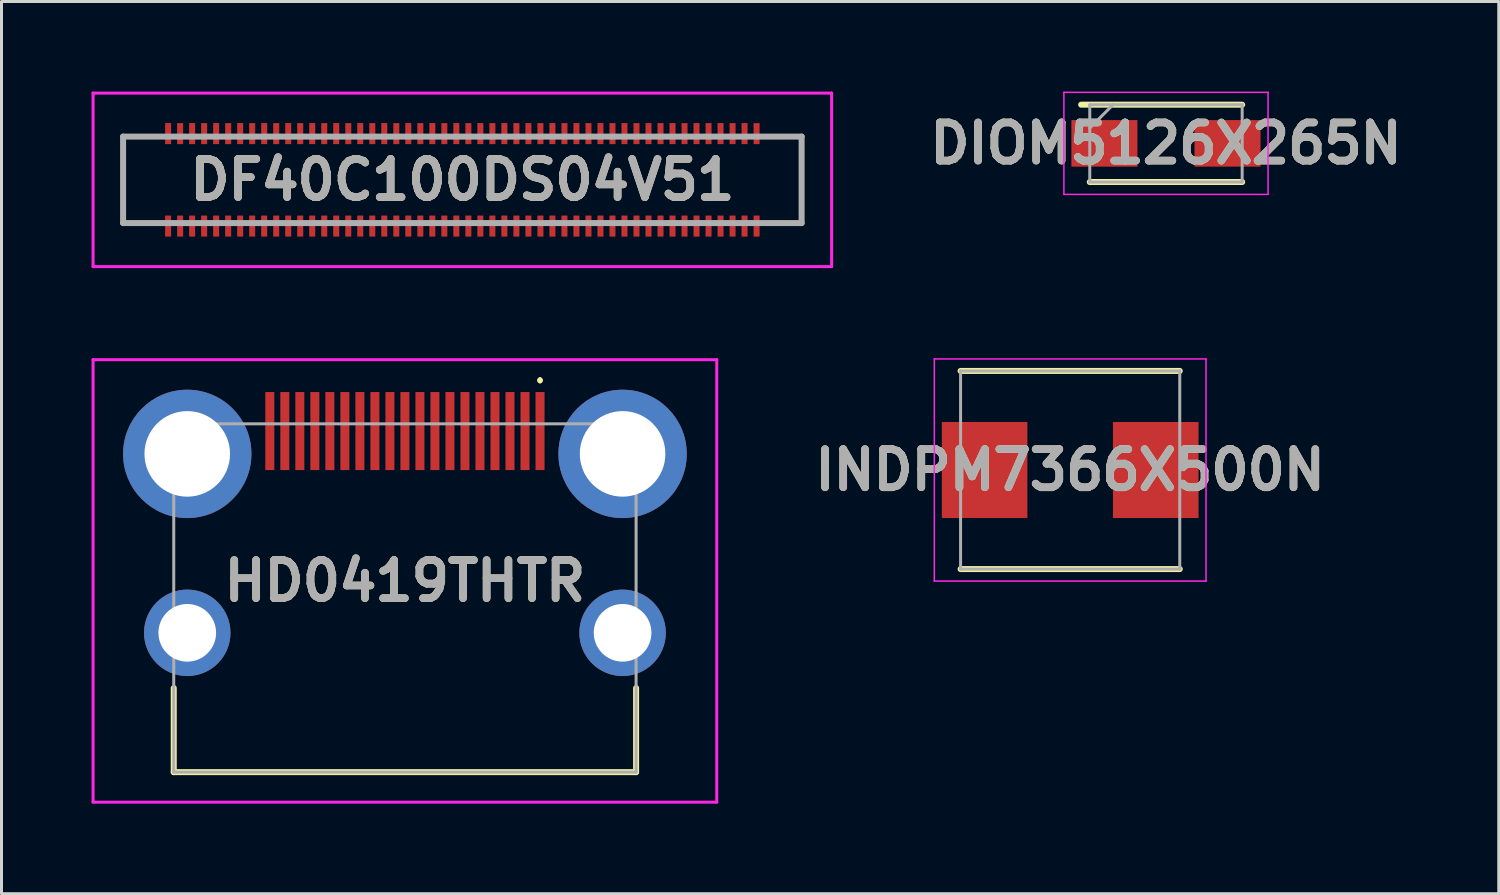
<source format=kicad_pcb>
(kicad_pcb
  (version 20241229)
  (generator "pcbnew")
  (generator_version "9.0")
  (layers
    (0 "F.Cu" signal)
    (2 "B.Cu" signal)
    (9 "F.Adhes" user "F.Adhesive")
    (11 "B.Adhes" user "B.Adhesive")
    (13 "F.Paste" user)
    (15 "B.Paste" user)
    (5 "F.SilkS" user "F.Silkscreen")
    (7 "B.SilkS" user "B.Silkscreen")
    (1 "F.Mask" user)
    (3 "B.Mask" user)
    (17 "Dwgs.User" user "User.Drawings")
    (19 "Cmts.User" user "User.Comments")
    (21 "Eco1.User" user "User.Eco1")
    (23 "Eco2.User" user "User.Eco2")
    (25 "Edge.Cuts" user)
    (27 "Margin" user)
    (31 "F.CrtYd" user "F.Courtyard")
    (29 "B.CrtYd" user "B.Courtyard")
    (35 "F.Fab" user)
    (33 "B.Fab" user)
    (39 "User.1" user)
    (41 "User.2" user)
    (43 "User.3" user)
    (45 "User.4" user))
  (footprint "INDPM7366X500N"
    (layer "F.Cu")
    (at 32.595 12.605)
    (property "Reference" "INDPM7366X500N" (at 0 0 0) (layer "F.SilkS") (effects (font (size 1.27 1.27) (thickness 0.254))))
    (attr smd)
    (fp_line (start -3.65 3.3) (end 3.65 3.3) (stroke (width 0.2) (type solid)) (layer "F.SilkS"))
    (fp_line (start 3.65 -3.3) (end -3.65 -3.3) (stroke (width 0.2) (type solid)) (layer "F.SilkS"))
    (fp_line (start -4.525 -3.7) (end 4.525 -3.7) (stroke (width 0.05) (type solid)) (layer "F.CrtYd"))
    (fp_line (start -4.525 3.7) (end -4.525 -3.7) (stroke (width 0.05) (type solid)) (layer "F.CrtYd"))
    (fp_line (start 4.525 -3.7) (end 4.525 3.7) (stroke (width 0.05) (type solid)) (layer "F.CrtYd"))
    (fp_line (start 4.525 3.7) (end -4.525 3.7) (stroke (width 0.05) (type solid)) (layer "F.CrtYd"))
    (fp_line (start -3.65 -3.3) (end 3.65 -3.3) (stroke (width 0.1) (type solid)) (layer "F.Fab"))
    (fp_line (start -3.65 3.3) (end -3.65 -3.3) (stroke (width 0.1) (type solid)) (layer "F.Fab"))
    (fp_line (start 3.65 -3.3) (end 3.65 3.3) (stroke (width 0.1) (type solid)) (layer "F.Fab"))
    (fp_line (start 3.65 3.3) (end -3.65 3.3) (stroke (width 0.1) (type solid)) (layer "F.Fab"))
    (fp_text user "${REFERENCE}" (at 0 0 0) (layer "F.Fab") (effects (font (size 1.27 1.27) (thickness 0.254))))
    (pad "1" smd rect (at -2.85 0) (size 2.85 3.2) (layers "F.Cu" "F.Mask" "F.Paste"))
    (pad "2" smd rect (at 2.85 0) (size 2.85 3.2) (layers "F.Cu" "F.Mask" "F.Paste")))
  (footprint "DIOM5126X265N"
    (layer "F.Cu")
    (at 35.786 1.725)
    (property "Reference" "DIOM5126X265N" (at 0 0 0) (layer "F.SilkS") (effects (font (size 1.27 1.27) (thickness 0.254))))
    (attr smd)
    (fp_line (start -2.538 1.288) (end 2.538 1.288) (stroke (width 0.2) (type solid)) (layer "F.SilkS"))
    (fp_line (start 2.538 -1.288) (end -2.825 -1.288) (stroke (width 0.2) (type solid)) (layer "F.SilkS"))
    (fp_line (start -3.4 -1.7) (end 3.4 -1.7) (stroke (width 0.05) (type solid)) (layer "F.CrtYd"))
    (fp_line (start -3.4 1.7) (end -3.4 -1.7) (stroke (width 0.05) (type solid)) (layer "F.CrtYd"))
    (fp_line (start 3.4 -1.7) (end 3.4 1.7) (stroke (width 0.05) (type solid)) (layer "F.CrtYd"))
    (fp_line (start 3.4 1.7) (end -3.4 1.7) (stroke (width 0.05) (type solid)) (layer "F.CrtYd"))
    (fp_line (start -2.538 -1.288) (end 2.538 -1.288) (stroke (width 0.1) (type solid)) (layer "F.Fab"))
    (fp_line (start -2.538 -0.512) (end -1.762 -1.288) (stroke (width 0.1) (type solid)) (layer "F.Fab"))
    (fp_line (start -2.538 1.288) (end -2.538 -1.288) (stroke (width 0.1) (type solid)) (layer "F.Fab"))
    (fp_line (start 2.538 -1.288) (end 2.538 1.288) (stroke (width 0.1) (type solid)) (layer "F.Fab"))
    (fp_line (start 2.538 1.288) (end -2.538 1.288) (stroke (width 0.1) (type solid)) (layer "F.Fab"))
    (fp_text user "${REFERENCE}" (at 0 0 0) (layer "F.Fab") (effects (font (size 1.27 1.27) (thickness 0.254))))
    (pad "1" smd rect (at -2.05 0 90) (size 1.55 2.2) (layers "F.Cu" "F.Mask" "F.Paste"))
    (pad "2" smd rect (at 2.05 0 90) (size 1.55 2.2) (layers "F.Cu" "F.Mask" "F.Paste")))
  (footprint "HD0419THTR"
    (layer "F.Cu")
    (at 10.437 16.868)
    (property "Reference" "HD0419THTR" (at 0 -0.569 0) (layer "F.SilkS") (effects (font (size 1.27 1.27) (thickness 0.254))))
    (attr through_hole)
    (fp_line (start -7.7 3) (end -7.7 5.8) (stroke (width 0.2) (type solid)) (layer "F.SilkS"))
    (fp_line (start -7.7 5.8) (end 7.7 5.8) (stroke (width 0.2) (type solid)) (layer "F.SilkS"))
    (fp_line (start 4.5 -7.3) (end 4.5 -7.3) (stroke (width 0.1) (type solid)) (layer "F.SilkS"))
    (fp_line (start 4.5 -7.2) (end 4.5 -7.2) (stroke (width 0.1) (type solid)) (layer "F.SilkS"))
    (fp_line (start 7.7 5.8) (end 7.7 3) (stroke (width 0.2) (type solid)) (layer "F.SilkS"))
    (fp_arc (start 4.5 -7.3) (mid 4.55 -7.25) (end 4.5 -7.2) (stroke (width 0.1) (type solid)) (layer "F.SilkS"))
    (fp_arc (start 4.5 -7.2) (mid 4.45 -7.25) (end 4.5 -7.3) (stroke (width 0.1) (type solid)) (layer "F.SilkS"))
    (fp_line (start -10.387 -7.938) (end 10.387 -7.938) (stroke (width 0.1) (type solid)) (layer "F.CrtYd"))
    (fp_line (start -10.387 6.8) (end -10.387 -7.938) (stroke (width 0.1) (type solid)) (layer "F.CrtYd"))
    (fp_line (start 10.387 -7.938) (end 10.387 6.8) (stroke (width 0.1) (type solid)) (layer "F.CrtYd"))
    (fp_line (start 10.387 6.8) (end -10.387 6.8) (stroke (width 0.1) (type solid)) (layer "F.CrtYd"))
    (fp_line (start -7.7 -5.8) (end 7.7 -5.8) (stroke (width 0.1) (type solid)) (layer "F.Fab"))
    (fp_line (start -7.7 5.8) (end -7.7 -5.8) (stroke (width 0.1) (type solid)) (layer "F.Fab"))
    (fp_line (start 7.7 -5.8) (end 7.7 5.8) (stroke (width 0.1) (type solid)) (layer "F.Fab"))
    (fp_line (start 7.7 5.8) (end -7.7 5.8) (stroke (width 0.1) (type solid)) (layer "F.Fab"))
    (fp_text user "${REFERENCE}" (at 0 -0.569 0) (layer "F.Fab") (effects (font (size 1.27 1.27) (thickness 0.254))))
    (pad "1" smd rect (at 4.5 -5.56) (size 0.3 2.6) (layers "F.Cu" "F.Mask" "F.Paste"))
    (pad "2" smd rect (at 4 -5.56) (size 0.3 2.6) (layers "F.Cu" "F.Mask" "F.Paste"))
    (pad "3" smd rect (at 3.5 -5.56) (size 0.3 2.6) (layers "F.Cu" "F.Mask" "F.Paste"))
    (pad "4" smd rect (at 3 -5.56) (size 0.3 2.6) (layers "F.Cu" "F.Mask" "F.Paste"))
    (pad "5" smd rect (at 2.5 -5.56) (size 0.3 2.6) (layers "F.Cu" "F.Mask" "F.Paste"))
    (pad "6" smd rect (at 2 -5.56) (size 0.3 2.6) (layers "F.Cu" "F.Mask" "F.Paste"))
    (pad "7" smd rect (at 1.5 -5.56) (size 0.3 2.6) (layers "F.Cu" "F.Mask" "F.Paste"))
    (pad "8" smd rect (at 1 -5.56) (size 0.3 2.6) (layers "F.Cu" "F.Mask" "F.Paste"))
    (pad "9" smd rect (at 0.5 -5.56) (size 0.3 2.6) (layers "F.Cu" "F.Mask" "F.Paste"))
    (pad "10" smd rect (at 0 -5.56) (size 0.3 2.6) (layers "F.Cu" "F.Mask" "F.Paste"))
    (pad "11" smd rect (at -0.5 -5.56) (size 0.3 2.6) (layers "F.Cu" "F.Mask" "F.Paste"))
    (pad "12" smd rect (at -1 -5.56) (size 0.3 2.6) (layers "F.Cu" "F.Mask" "F.Paste"))
    (pad "13" smd rect (at -1.5 -5.56) (size 0.3 2.6) (layers "F.Cu" "F.Mask" "F.Paste"))
    (pad "14" smd rect (at -2 -5.56) (size 0.3 2.6) (layers "F.Cu" "F.Mask" "F.Paste"))
    (pad "15" smd rect (at -2.5 -5.56) (size 0.3 2.6) (layers "F.Cu" "F.Mask" "F.Paste"))
    (pad "16" smd rect (at -3 -5.56) (size 0.3 2.6) (layers "F.Cu" "F.Mask" "F.Paste"))
    (pad "17" smd rect (at -3.5 -5.56) (size 0.3 2.6) (layers "F.Cu" "F.Mask" "F.Paste"))
    (pad "18" smd rect (at -4 -5.56) (size 0.3 2.6) (layers "F.Cu" "F.Mask" "F.Paste"))
    (pad "19" smd rect (at -4.5 -5.56) (size 0.3 2.6) (layers "F.Cu" "F.Mask" "F.Paste"))
    (pad "MH1" thru_hole circle (at 7.25 -4.8) (size 4.275 4.275) (drill 2.85) (layers "*.Cu" "*.Mask"))
    (pad "MH2" thru_hole circle (at -7.25 -4.8) (size 4.275 4.275) (drill 2.85) (layers "*.Cu" "*.Mask"))
    (pad "MH3" thru_hole circle (at 7.25 1.16) (size 2.88 2.88) (drill 1.92) (layers "*.Cu" "*.Mask"))
    (pad "MH4" thru_hole circle (at -7.25 1.16) (size 2.88 2.88) (drill 1.92) (layers "*.Cu" "*.Mask")))
  (footprint "DF40C100DS04V51"
    (layer "F.Cu")
    (at 12.35 2.94)
    (property "Reference" "DF40C100DS04V51" (at 0 0 0) (layer "F.SilkS") (effects (font (size 1.27 1.27) (thickness 0.254))))
    (attr smd)
    (fp_line (start -11.3 -1.44) (end -11.3 1.44) (stroke (width 0.1) (type solid)) (layer "F.SilkS"))
    (fp_line (start -11.3 1.44) (end -10.5 1.44) (stroke (width 0.1) (type solid)) (layer "F.SilkS"))
    (fp_line (start -10.5 -1.44) (end -11.3 -1.44) (stroke (width 0.1) (type solid)) (layer "F.SilkS"))
    (fp_line (start 10.5 -1.44) (end 11.3 -1.44) (stroke (width 0.1) (type solid)) (layer "F.SilkS"))
    (fp_line (start 11.3 -1.44) (end 11.3 1.44) (stroke (width 0.1) (type solid)) (layer "F.SilkS"))
    (fp_line (start 11.3 1.44) (end 10.5 1.44) (stroke (width 0.1) (type solid)) (layer "F.SilkS"))
    (fp_line (start -12.3 -2.89) (end 12.3 -2.89) (stroke (width 0.1) (type solid)) (layer "F.CrtYd"))
    (fp_line (start -12.3 2.89) (end -12.3 -2.89) (stroke (width 0.1) (type solid)) (layer "F.CrtYd"))
    (fp_line (start 12.3 -2.89) (end 12.3 2.89) (stroke (width 0.1) (type solid)) (layer "F.CrtYd"))
    (fp_line (start 12.3 2.89) (end -12.3 2.89) (stroke (width 0.1) (type solid)) (layer "F.CrtYd"))
    (fp_line (start -11.3 -1.44) (end 11.3 -1.44) (stroke (width 0.2) (type solid)) (layer "F.Fab"))
    (fp_line (start -11.3 1.44) (end -11.3 -1.44) (stroke (width 0.2) (type solid)) (layer "F.Fab"))
    (fp_line (start 11.3 -1.44) (end 11.3 1.44) (stroke (width 0.2) (type solid)) (layer "F.Fab"))
    (fp_line (start 11.3 1.44) (end -11.3 1.44) (stroke (width 0.2) (type solid)) (layer "F.Fab"))
    (fp_text user "${REFERENCE}" (at 0 0 0) (layer "F.Fab") (effects (font (size 1.27 1.27) (thickness 0.254))))
    (pad "1" smd rect (at -9.8 1.54) (size 0.2 0.7) (layers "F.Cu" "F.Mask" "F.Paste"))
    (pad "2" smd rect (at -9.8 -1.54) (size 0.2 0.7) (layers "F.Cu" "F.Mask" "F.Paste"))
    (pad "3" smd rect (at -9.4 1.54) (size 0.2 0.7) (layers "F.Cu" "F.Mask" "F.Paste"))
    (pad "4" smd rect (at -9.4 -1.54) (size 0.2 0.7) (layers "F.Cu" "F.Mask" "F.Paste"))
    (pad "5" smd rect (at -9 1.54) (size 0.2 0.7) (layers "F.Cu" "F.Mask" "F.Paste"))
    (pad "6" smd rect (at -9 -1.54) (size 0.2 0.7) (layers "F.Cu" "F.Mask" "F.Paste"))
    (pad "7" smd rect (at -8.6 1.54) (size 0.2 0.7) (layers "F.Cu" "F.Mask" "F.Paste"))
    (pad "8" smd rect (at -8.6 -1.54) (size 0.2 0.7) (layers "F.Cu" "F.Mask" "F.Paste"))
    (pad "9" smd rect (at -8.2 1.54) (size 0.2 0.7) (layers "F.Cu" "F.Mask" "F.Paste"))
    (pad "10" smd rect (at -8.2 -1.54) (size 0.2 0.7) (layers "F.Cu" "F.Mask" "F.Paste"))
    (pad "11" smd rect (at -7.8 1.54) (size 0.2 0.7) (layers "F.Cu" "F.Mask" "F.Paste"))
    (pad "12" smd rect (at -7.8 -1.54) (size 0.2 0.7) (layers "F.Cu" "F.Mask" "F.Paste"))
    (pad "13" smd rect (at -7.4 1.54) (size 0.2 0.7) (layers "F.Cu" "F.Mask" "F.Paste"))
    (pad "14" smd rect (at -7.4 -1.54) (size 0.2 0.7) (layers "F.Cu" "F.Mask" "F.Paste"))
    (pad "15" smd rect (at -7 1.54) (size 0.2 0.7) (layers "F.Cu" "F.Mask" "F.Paste"))
    (pad "16" smd rect (at -7 -1.54) (size 0.2 0.7) (layers "F.Cu" "F.Mask" "F.Paste"))
    (pad "17" smd rect (at -6.6 1.54) (size 0.2 0.7) (layers "F.Cu" "F.Mask" "F.Paste"))
    (pad "18" smd rect (at -6.6 -1.54) (size 0.2 0.7) (layers "F.Cu" "F.Mask" "F.Paste"))
    (pad "19" smd rect (at -6.2 1.54) (size 0.2 0.7) (layers "F.Cu" "F.Mask" "F.Paste"))
    (pad "20" smd rect (at -6.2 -1.54) (size 0.2 0.7) (layers "F.Cu" "F.Mask" "F.Paste"))
    (pad "21" smd rect (at -5.8 1.54) (size 0.2 0.7) (layers "F.Cu" "F.Mask" "F.Paste"))
    (pad "22" smd rect (at -5.8 -1.54) (size 0.2 0.7) (layers "F.Cu" "F.Mask" "F.Paste"))
    (pad "23" smd rect (at -5.4 1.54) (size 0.2 0.7) (layers "F.Cu" "F.Mask" "F.Paste"))
    (pad "24" smd rect (at -5.4 -1.54) (size 0.2 0.7) (layers "F.Cu" "F.Mask" "F.Paste"))
    (pad "25" smd rect (at -5 1.54) (size 0.2 0.7) (layers "F.Cu" "F.Mask" "F.Paste"))
    (pad "26" smd rect (at -5 -1.54) (size 0.2 0.7) (layers "F.Cu" "F.Mask" "F.Paste"))
    (pad "27" smd rect (at -4.6 1.54) (size 0.2 0.7) (layers "F.Cu" "F.Mask" "F.Paste"))
    (pad "28" smd rect (at -4.6 -1.54) (size 0.2 0.7) (layers "F.Cu" "F.Mask" "F.Paste"))
    (pad "29" smd rect (at -4.2 1.54) (size 0.2 0.7) (layers "F.Cu" "F.Mask" "F.Paste"))
    (pad "30" smd rect (at -4.2 -1.54) (size 0.2 0.7) (layers "F.Cu" "F.Mask" "F.Paste"))
    (pad "31" smd rect (at -3.8 1.54) (size 0.2 0.7) (layers "F.Cu" "F.Mask" "F.Paste"))
    (pad "32" smd rect (at -3.8 -1.54) (size 0.2 0.7) (layers "F.Cu" "F.Mask" "F.Paste"))
    (pad "33" smd rect (at -3.4 1.54) (size 0.2 0.7) (layers "F.Cu" "F.Mask" "F.Paste"))
    (pad "34" smd rect (at -3.4 -1.54) (size 0.2 0.7) (layers "F.Cu" "F.Mask" "F.Paste"))
    (pad "35" smd rect (at -3 1.54) (size 0.2 0.7) (layers "F.Cu" "F.Mask" "F.Paste"))
    (pad "36" smd rect (at -3 -1.54) (size 0.2 0.7) (layers "F.Cu" "F.Mask" "F.Paste"))
    (pad "37" smd rect (at -2.6 1.54) (size 0.2 0.7) (layers "F.Cu" "F.Mask" "F.Paste"))
    (pad "38" smd rect (at -2.6 -1.54) (size 0.2 0.7) (layers "F.Cu" "F.Mask" "F.Paste"))
    (pad "39" smd rect (at -2.2 1.54) (size 0.2 0.7) (layers "F.Cu" "F.Mask" "F.Paste"))
    (pad "40" smd rect (at -2.2 -1.54) (size 0.2 0.7) (layers "F.Cu" "F.Mask" "F.Paste"))
    (pad "41" smd rect (at -1.8 1.54) (size 0.2 0.7) (layers "F.Cu" "F.Mask" "F.Paste"))
    (pad "42" smd rect (at -1.8 -1.54) (size 0.2 0.7) (layers "F.Cu" "F.Mask" "F.Paste"))
    (pad "43" smd rect (at -1.4 1.54) (size 0.2 0.7) (layers "F.Cu" "F.Mask" "F.Paste"))
    (pad "44" smd rect (at -1.4 -1.54) (size 0.2 0.7) (layers "F.Cu" "F.Mask" "F.Paste"))
    (pad "45" smd rect (at -1 1.54) (size 0.2 0.7) (layers "F.Cu" "F.Mask" "F.Paste"))
    (pad "46" smd rect (at -1 -1.54) (size 0.2 0.7) (layers "F.Cu" "F.Mask" "F.Paste"))
    (pad "47" smd rect (at -0.6 1.54) (size 0.2 0.7) (layers "F.Cu" "F.Mask" "F.Paste"))
    (pad "48" smd rect (at -0.6 -1.54) (size 0.2 0.7) (layers "F.Cu" "F.Mask" "F.Paste"))
    (pad "49" smd rect (at -0.2 1.54) (size 0.2 0.7) (layers "F.Cu" "F.Mask" "F.Paste"))
    (pad "50" smd rect (at -0.2 -1.54) (size 0.2 0.7) (layers "F.Cu" "F.Mask" "F.Paste"))
    (pad "51" smd rect (at 0.2 1.54) (size 0.2 0.7) (layers "F.Cu" "F.Mask" "F.Paste"))
    (pad "52" smd rect (at 0.2 -1.54) (size 0.2 0.7) (layers "F.Cu" "F.Mask" "F.Paste"))
    (pad "53" smd rect (at 0.6 1.54) (size 0.2 0.7) (layers "F.Cu" "F.Mask" "F.Paste"))
    (pad "54" smd rect (at 0.6 -1.54) (size 0.2 0.7) (layers "F.Cu" "F.Mask" "F.Paste"))
    (pad "55" smd rect (at 1 1.54) (size 0.2 0.7) (layers "F.Cu" "F.Mask" "F.Paste"))
    (pad "56" smd rect (at 1 -1.54) (size 0.2 0.7) (layers "F.Cu" "F.Mask" "F.Paste"))
    (pad "57" smd rect (at 1.4 1.54) (size 0.2 0.7) (layers "F.Cu" "F.Mask" "F.Paste"))
    (pad "58" smd rect (at 1.4 -1.54) (size 0.2 0.7) (layers "F.Cu" "F.Mask" "F.Paste"))
    (pad "59" smd rect (at 1.8 1.54) (size 0.2 0.7) (layers "F.Cu" "F.Mask" "F.Paste"))
    (pad "60" smd rect (at 1.8 -1.54) (size 0.2 0.7) (layers "F.Cu" "F.Mask" "F.Paste"))
    (pad "61" smd rect (at 2.2 1.54) (size 0.2 0.7) (layers "F.Cu" "F.Mask" "F.Paste"))
    (pad "62" smd rect (at 2.2 -1.54) (size 0.2 0.7) (layers "F.Cu" "F.Mask" "F.Paste"))
    (pad "63" smd rect (at 2.6 1.54) (size 0.2 0.7) (layers "F.Cu" "F.Mask" "F.Paste"))
    (pad "64" smd rect (at 2.6 -1.54) (size 0.2 0.7) (layers "F.Cu" "F.Mask" "F.Paste"))
    (pad "65" smd rect (at 3 1.54) (size 0.2 0.7) (layers "F.Cu" "F.Mask" "F.Paste"))
    (pad "66" smd rect (at 3 -1.54) (size 0.2 0.7) (layers "F.Cu" "F.Mask" "F.Paste"))
    (pad "67" smd rect (at 3.4 1.54) (size 0.2 0.7) (layers "F.Cu" "F.Mask" "F.Paste"))
    (pad "68" smd rect (at 3.4 -1.54) (size 0.2 0.7) (layers "F.Cu" "F.Mask" "F.Paste"))
    (pad "69" smd rect (at 3.8 1.54) (size 0.2 0.7) (layers "F.Cu" "F.Mask" "F.Paste"))
    (pad "70" smd rect (at 3.8 -1.54) (size 0.2 0.7) (layers "F.Cu" "F.Mask" "F.Paste"))
    (pad "71" smd rect (at 4.2 1.54) (size 0.2 0.7) (layers "F.Cu" "F.Mask" "F.Paste"))
    (pad "72" smd rect (at 4.2 -1.54) (size 0.2 0.7) (layers "F.Cu" "F.Mask" "F.Paste"))
    (pad "73" smd rect (at 4.6 1.54) (size 0.2 0.7) (layers "F.Cu" "F.Mask" "F.Paste"))
    (pad "74" smd rect (at 4.6 -1.54) (size 0.2 0.7) (layers "F.Cu" "F.Mask" "F.Paste"))
    (pad "75" smd rect (at 5 1.54) (size 0.2 0.7) (layers "F.Cu" "F.Mask" "F.Paste"))
    (pad "76" smd rect (at 5 -1.54) (size 0.2 0.7) (layers "F.Cu" "F.Mask" "F.Paste"))
    (pad "77" smd rect (at 5.4 1.54) (size 0.2 0.7) (layers "F.Cu" "F.Mask" "F.Paste"))
    (pad "78" smd rect (at 5.4 -1.54) (size 0.2 0.7) (layers "F.Cu" "F.Mask" "F.Paste"))
    (pad "79" smd rect (at 5.8 1.54) (size 0.2 0.7) (layers "F.Cu" "F.Mask" "F.Paste"))
    (pad "80" smd rect (at 5.8 -1.54) (size 0.2 0.7) (layers "F.Cu" "F.Mask" "F.Paste"))
    (pad "81" smd rect (at 6.2 1.54) (size 0.2 0.7) (layers "F.Cu" "F.Mask" "F.Paste"))
    (pad "82" smd rect (at 6.2 -1.54) (size 0.2 0.7) (layers "F.Cu" "F.Mask" "F.Paste"))
    (pad "83" smd rect (at 6.6 1.54) (size 0.2 0.7) (layers "F.Cu" "F.Mask" "F.Paste"))
    (pad "84" smd rect (at 6.6 -1.54) (size 0.2 0.7) (layers "F.Cu" "F.Mask" "F.Paste"))
    (pad "85" smd rect (at 7 1.54) (size 0.2 0.7) (layers "F.Cu" "F.Mask" "F.Paste"))
    (pad "86" smd rect (at 7 -1.54) (size 0.2 0.7) (layers "F.Cu" "F.Mask" "F.Paste"))
    (pad "87" smd rect (at 7.4 1.54) (size 0.2 0.7) (layers "F.Cu" "F.Mask" "F.Paste"))
    (pad "88" smd rect (at 7.4 -1.54) (size 0.2 0.7) (layers "F.Cu" "F.Mask" "F.Paste"))
    (pad "89" smd rect (at 7.8 1.54) (size 0.2 0.7) (layers "F.Cu" "F.Mask" "F.Paste"))
    (pad "90" smd rect (at 7.8 -1.54) (size 0.2 0.7) (layers "F.Cu" "F.Mask" "F.Paste"))
    (pad "91" smd rect (at 8.2 1.54) (size 0.2 0.7) (layers "F.Cu" "F.Mask" "F.Paste"))
    (pad "92" smd rect (at 8.2 -1.54) (size 0.2 0.7) (layers "F.Cu" "F.Mask" "F.Paste"))
    (pad "93" smd rect (at 8.6 1.54) (size 0.2 0.7) (layers "F.Cu" "F.Mask" "F.Paste"))
    (pad "94" smd rect (at 8.6 -1.54) (size 0.2 0.7) (layers "F.Cu" "F.Mask" "F.Paste"))
    (pad "95" smd rect (at 9 1.54) (size 0.2 0.7) (layers "F.Cu" "F.Mask" "F.Paste"))
    (pad "96" smd rect (at 9 -1.54) (size 0.2 0.7) (layers "F.Cu" "F.Mask" "F.Paste"))
    (pad "97" smd rect (at 9.4 1.54) (size 0.2 0.7) (layers "F.Cu" "F.Mask" "F.Paste"))
    (pad "98" smd rect (at 9.4 -1.54) (size 0.2 0.7) (layers "F.Cu" "F.Mask" "F.Paste"))
    (pad "99" smd rect (at 9.8 1.54) (size 0.2 0.7) (layers "F.Cu" "F.Mask" "F.Paste"))
    (pad "100" smd rect (at 9.8 -1.54) (size 0.2 0.7) (layers "F.Cu" "F.Mask" "F.Paste")))
  (gr_rect
    (start -3 -3)
    (end 46.871 26.718)
    (stroke (width 0.1) (type default))
    (fill no)
    (layer "Edge.Cuts")))
</source>
